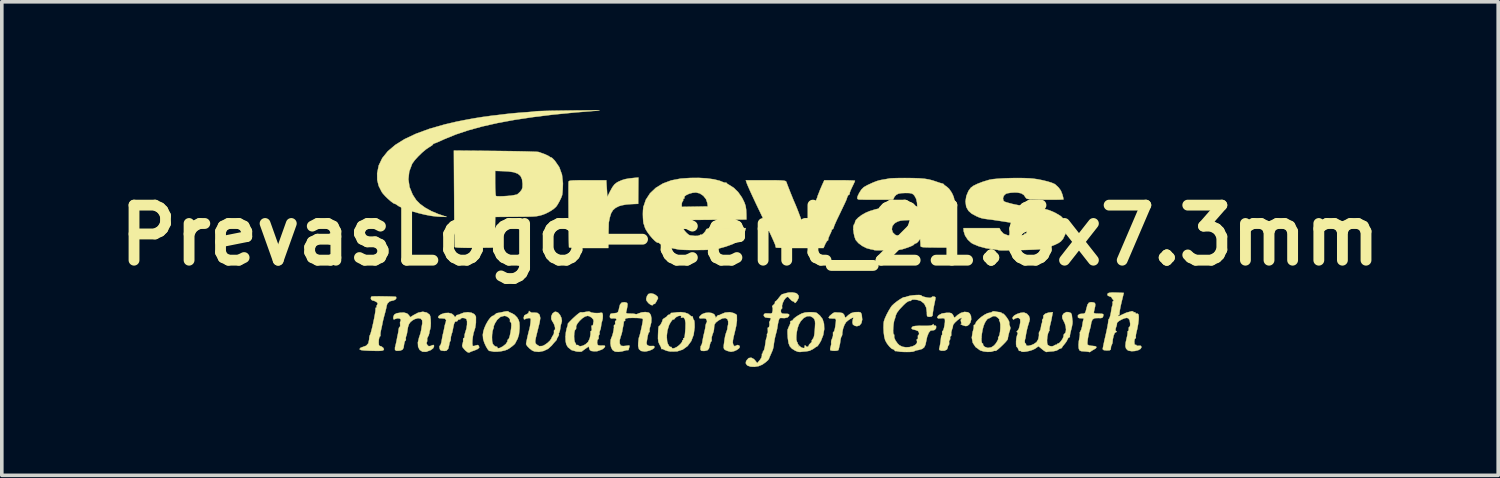
<source format=kicad_pcb>
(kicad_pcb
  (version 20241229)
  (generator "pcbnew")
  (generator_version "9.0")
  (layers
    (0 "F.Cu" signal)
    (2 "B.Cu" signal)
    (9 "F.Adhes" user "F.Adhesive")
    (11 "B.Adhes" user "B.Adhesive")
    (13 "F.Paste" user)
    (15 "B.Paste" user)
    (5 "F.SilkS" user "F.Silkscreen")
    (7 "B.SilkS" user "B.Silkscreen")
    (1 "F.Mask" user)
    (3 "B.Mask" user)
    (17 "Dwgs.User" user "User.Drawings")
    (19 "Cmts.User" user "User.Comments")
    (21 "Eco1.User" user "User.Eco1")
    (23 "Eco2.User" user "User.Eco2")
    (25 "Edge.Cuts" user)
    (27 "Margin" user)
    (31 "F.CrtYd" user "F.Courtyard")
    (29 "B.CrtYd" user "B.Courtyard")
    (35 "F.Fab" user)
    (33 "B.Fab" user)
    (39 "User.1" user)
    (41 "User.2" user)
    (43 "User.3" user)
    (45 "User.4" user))
  (footprint "PrevasLogo-cent_21.6x7.3mm"
    (layer "F.Cu")
    (at 17.715 3.464)
    (property "Reference" "PrevasLogo-cent_21.6x7.3mm" (at 0 0 0) (layer "F.SilkS") (effects (font (size 1.524 1.524) (thickness 0.3))))
    (attr through_hole)
    (fp_poly (pts (xy -2.673 1.623) (xy -2.607 1.658) (xy -2.559 1.701) (xy -2.546 1.741) (xy -2.547 1.744) (xy -2.597 1.842) (xy -2.631 1.894) (xy -2.655 1.903) (xy -2.657 1.902) (xy -2.68 1.906) (xy -2.681 1.913) (xy -2.699 1.938) (xy -2.743 1.928) (xy -2.799 1.889) (xy -2.818 1.87) (xy -2.864 1.812) (xy -2.876 1.764) (xy -2.858 1.7) (xy -2.851 1.681) (xy -2.815 1.626) (xy -2.75 1.609) (xy -2.738 1.609) (xy -2.673 1.623)) (stroke (width 0.01) (type solid)) (fill yes) (layer "F.SilkS"))
    (fp_poly (pts (xy -3.093 -1.235) (xy -3.096 -0.871) (xy -3.305 -0.862) (xy -3.427 -0.852) (xy -3.544 -0.831) (xy -3.627 -0.807) (xy -3.725 -0.757) (xy -3.795 -0.695) (xy -3.846 -0.61) (xy -3.883 -0.49) (xy -3.91 -0.353) (xy -3.912 -0.315) (xy -3.914 -0.233) (xy -3.917 -0.118) (xy -3.919 0.014) (xy -3.923 0.353) (xy -4.462 0.353) (xy -4.63 0.352) (xy -4.778 0.35) (xy -4.897 0.346) (xy -4.977 0.341) (xy -5.011 0.336) (xy -5.011 0.336) (xy -5.013 0.306) (xy -5.015 0.227) (xy -5.017 0.108) (xy -5.019 -0.042) (xy -5.021 -0.218) (xy -5.023 -0.409) (xy -5.024 -0.608) (xy -5.025 -0.807) (xy -5.026 -0.998) (xy -5.026 -1.173) (xy -5.026 -1.324) (xy -5.025 -1.442) (xy -5.024 -1.475) (xy -5.02 -1.492) (xy -5.002 -1.505) (xy -4.964 -1.514) (xy -4.898 -1.519) (xy -4.797 -1.522) (xy -4.652 -1.524) (xy -4.501 -1.524) (xy -3.979 -1.524) (xy -3.975 -1.446) (xy -3.97 -1.365) (xy -3.966 -1.312) (xy -3.961 -1.244) (xy -3.956 -1.16) (xy -3.956 -1.159) (xy -3.951 -1.061) (xy -3.876 -1.213) (xy -3.811 -1.331) (xy -3.751 -1.41) (xy -3.683 -1.463) (xy -3.64 -1.486) (xy -3.545 -1.527) (xy -3.456 -1.554) (xy -3.352 -1.573) (xy -3.213 -1.588) (xy -3.203 -1.589) (xy -3.09 -1.599) (xy -3.093 -1.235)) (stroke (width 0.01) (type solid)) (fill yes) (layer "F.SilkS"))
    (fp_poly (pts (xy 9.505 1.858) (xy 9.542 1.872) (xy 9.559 1.904) (xy 9.555 1.965) (xy 9.533 2.066) (xy 9.526 2.092) (xy 9.518 2.137) (xy 9.532 2.159) (xy 9.582 2.167) (xy 9.639 2.169) (xy 9.728 2.172) (xy 9.773 2.18) (xy 9.785 2.202) (xy 9.777 2.243) (xy 9.776 2.245) (xy 9.757 2.28) (xy 9.715 2.293) (xy 9.642 2.291) (xy 9.541 2.295) (xy 9.481 2.333) (xy 9.449 2.413) (xy 9.444 2.444) (xy 9.432 2.519) (xy 9.419 2.568) (xy 9.393 2.661) (xy 9.369 2.769) (xy 9.351 2.875) (xy 9.341 2.964) (xy 9.342 3.018) (xy 9.345 3.025) (xy 9.386 3.049) (xy 9.458 3.062) (xy 9.475 3.062) (xy 9.56 3.071) (xy 9.593 3.094) (xy 9.574 3.129) (xy 9.525 3.16) (xy 9.462 3.196) (xy 9.425 3.223) (xy 9.424 3.225) (xy 9.398 3.236) (xy 9.395 3.233) (xy 9.362 3.225) (xy 9.292 3.217) (xy 9.249 3.214) (xy 9.168 3.207) (xy 9.126 3.189) (xy 9.106 3.149) (xy 9.099 3.115) (xy 9.095 3.033) (xy 9.104 2.928) (xy 9.114 2.877) (xy 9.129 2.792) (xy 9.134 2.732) (xy 9.131 2.715) (xy 9.132 2.684) (xy 9.143 2.669) (xy 9.17 2.612) (xy 9.195 2.521) (xy 9.212 2.416) (xy 9.212 2.412) (xy 9.226 2.349) (xy 9.238 2.323) (xy 9.23 2.301) (xy 9.173 2.297) (xy 9.11 2.293) (xy 9.079 2.273) (xy 9.078 2.215) (xy 9.127 2.18) (xy 9.187 2.173) (xy 9.241 2.17) (xy 9.273 2.151) (xy 9.295 2.104) (xy 9.316 2.019) (xy 9.344 1.92) (xy 9.382 1.867) (xy 9.439 1.851) (xy 9.505 1.858)) (stroke (width 0.01) (type solid)) (fill yes) (layer "F.SilkS"))
    (fp_poly (pts (xy 3.063 2.138) (xy 3.084 2.173) (xy 3.094 2.211) (xy 3.106 2.333) (xy 3.085 2.43) (xy 3.035 2.494) (xy 2.961 2.517) (xy 2.906 2.507) (xy 2.85 2.473) (xy 2.836 2.414) (xy 2.836 2.403) (xy 2.846 2.333) (xy 2.86 2.293) (xy 2.858 2.278) (xy 2.824 2.289) (xy 2.772 2.318) (xy 2.714 2.358) (xy 2.664 2.401) (xy 2.66 2.405) (xy 2.614 2.48) (xy 2.576 2.585) (xy 2.555 2.693) (xy 2.554 2.738) (xy 2.544 2.785) (xy 2.535 2.795) (xy 2.519 2.83) (xy 2.504 2.899) (xy 2.501 2.922) (xy 2.492 2.992) (xy 2.485 3.031) (xy 2.483 3.034) (xy 2.476 3.058) (xy 2.467 3.103) (xy 2.454 3.159) (xy 2.444 3.181) (xy 2.405 3.194) (xy 2.34 3.199) (xy 2.272 3.195) (xy 2.227 3.183) (xy 2.22 3.177) (xy 2.221 3.129) (xy 2.235 3.078) (xy 2.249 3.013) (xy 2.246 2.973) (xy 2.248 2.924) (xy 2.273 2.858) (xy 2.297 2.787) (xy 2.298 2.731) (xy 2.297 2.69) (xy 2.31 2.681) (xy 2.329 2.656) (xy 2.348 2.591) (xy 2.359 2.533) (xy 2.375 2.419) (xy 2.38 2.35) (xy 2.368 2.315) (xy 2.338 2.303) (xy 2.283 2.303) (xy 2.278 2.303) (xy 2.201 2.299) (xy 2.176 2.277) (xy 2.202 2.237) (xy 2.214 2.225) (xy 2.285 2.165) (xy 2.331 2.138) (xy 2.364 2.134) (xy 2.415 2.138) (xy 2.49 2.141) (xy 2.492 2.141) (xy 2.565 2.155) (xy 2.605 2.199) (xy 2.612 2.217) (xy 2.639 2.288) (xy 2.722 2.21) (xy 2.8 2.155) (xy 2.892 2.13) (xy 2.939 2.127) (xy 3.02 2.126) (xy 3.063 2.138)) (stroke (width 0.01) (type solid)) (fill yes) (layer "F.SilkS"))
    (fp_poly (pts (xy 6.029 2.13) (xy 6.078 2.159) (xy 6.117 2.233) (xy 6.124 2.329) (xy 6.099 2.421) (xy 6.061 2.474) (xy 6.011 2.509) (xy 5.963 2.513) (xy 5.898 2.494) (xy 5.845 2.471) (xy 5.83 2.458) (xy 5.836 2.457) (xy 5.858 2.442) (xy 5.844 2.403) (xy 5.833 2.344) (xy 5.849 2.319) (xy 5.867 2.291) (xy 5.849 2.286) (xy 5.806 2.304) (xy 5.746 2.349) (xy 5.684 2.405) (xy 5.637 2.458) (xy 5.62 2.494) (xy 5.614 2.541) (xy 5.591 2.609) (xy 5.591 2.61) (xy 5.57 2.685) (xy 5.57 2.744) (xy 5.568 2.785) (xy 5.554 2.794) (xy 5.537 2.815) (xy 5.541 2.835) (xy 5.54 2.882) (xy 5.528 2.895) (xy 5.51 2.934) (xy 5.512 2.966) (xy 5.513 3.018) (xy 5.501 3.036) (xy 5.479 3.074) (xy 5.475 3.105) (xy 5.451 3.162) (xy 5.385 3.194) (xy 5.3 3.196) (xy 5.248 3.178) (xy 5.235 3.152) (xy 5.252 3.083) (xy 5.27 2.985) (xy 5.283 2.887) (xy 5.287 2.843) (xy 5.296 2.787) (xy 5.311 2.766) (xy 5.322 2.743) (xy 5.32 2.709) (xy 5.32 2.664) (xy 5.332 2.653) (xy 5.35 2.628) (xy 5.37 2.565) (xy 5.386 2.484) (xy 5.397 2.403) (xy 5.397 2.341) (xy 5.396 2.334) (xy 5.377 2.3) (xy 5.33 2.294) (xy 5.291 2.298) (xy 5.212 2.302) (xy 5.182 2.28) (xy 5.202 2.237) (xy 5.229 2.21) (xy 5.314 2.165) (xy 5.438 2.147) (xy 5.526 2.147) (xy 5.577 2.159) (xy 5.609 2.19) (xy 5.622 2.213) (xy 5.66 2.286) (xy 5.746 2.208) (xy 5.838 2.149) (xy 5.938 2.121) (xy 6.029 2.13)) (stroke (width 0.01) (type solid)) (fill yes) (layer "F.SilkS"))
    (fp_poly (pts (xy -10.139 1.691) (xy -10.018 1.693) (xy -9.912 1.696) (xy -9.835 1.7) (xy -9.801 1.705) (xy -9.8 1.705) (xy -9.793 1.743) (xy -9.823 1.783) (xy -9.874 1.805) (xy -9.886 1.806) (xy -9.978 1.829) (xy -10.041 1.892) (xy -10.059 1.948) (xy -10.072 2.014) (xy -10.095 2.109) (xy -10.112 2.173) (xy -10.14 2.276) (xy -10.163 2.371) (xy -10.172 2.413) (xy -10.188 2.496) (xy -10.21 2.596) (xy -10.216 2.619) (xy -10.231 2.699) (xy -10.234 2.754) (xy -10.231 2.765) (xy -10.237 2.795) (xy -10.246 2.799) (xy -10.265 2.829) (xy -10.277 2.892) (xy -10.281 2.965) (xy -10.277 3.028) (xy -10.262 3.061) (xy -10.259 3.062) (xy -10.201 3.08) (xy -10.153 3.118) (xy -10.136 3.158) (xy -10.137 3.161) (xy -10.149 3.18) (xy -10.179 3.192) (xy -10.234 3.199) (xy -10.323 3.201) (xy -10.454 3.198) (xy -10.562 3.195) (xy -10.689 3.188) (xy -10.768 3.178) (xy -10.804 3.161) (xy -10.809 3.149) (xy -10.785 3.117) (xy -10.732 3.096) (xy -10.627 3.058) (xy -10.568 2.992) (xy -10.546 2.892) (xy -10.539 2.817) (xy -10.527 2.771) (xy -10.524 2.766) (xy -10.508 2.731) (xy -10.486 2.654) (xy -10.459 2.548) (xy -10.432 2.426) (xy -10.406 2.302) (xy -10.385 2.189) (xy -10.371 2.101) (xy -10.367 2.05) (xy -10.368 2.045) (xy -10.366 2.009) (xy -10.352 2.004) (xy -10.334 1.992) (xy -10.338 1.985) (xy -10.339 1.952) (xy -10.323 1.926) (xy -10.306 1.887) (xy -10.336 1.85) (xy -10.343 1.846) (xy -10.407 1.814) (xy -10.448 1.806) (xy -10.484 1.786) (xy -10.499 1.744) (xy -10.489 1.704) (xy -10.463 1.692) (xy -10.375 1.69) (xy -10.262 1.689) (xy -10.139 1.691)) (stroke (width 0.01) (type solid)) (fill yes) (layer "F.SilkS"))
    (fp_poly (pts (xy -7.056 -2.335) (xy -6.805 -2.332) (xy -6.571 -2.329) (xy -6.359 -2.325) (xy -6.176 -2.321) (xy -6.028 -2.316) (xy -5.922 -2.312) (xy -5.864 -2.308) (xy -5.856 -2.306) (xy -5.7 -2.252) (xy -5.592 -2.204) (xy -5.549 -2.176) (xy -5.513 -2.153) (xy -5.503 -2.156) (xy -5.487 -2.147) (xy -5.443 -2.105) (xy -5.403 -2.063) (xy -5.281 -1.886) (xy -5.206 -1.679) (xy -5.18 -1.444) (xy -5.181 -1.397) (xy -5.185 -1.282) (xy -5.192 -1.183) (xy -5.2 -1.118) (xy -5.202 -1.111) (xy -5.229 -1.037) (xy -5.276 -0.941) (xy -5.328 -0.849) (xy -5.369 -0.79) (xy -5.441 -0.726) (xy -5.546 -0.658) (xy -5.663 -0.598) (xy -5.761 -0.562) (xy -5.816 -0.547) (xy -5.866 -0.536) (xy -5.92 -0.527) (xy -5.987 -0.521) (xy -6.075 -0.517) (xy -6.194 -0.515) (xy -6.352 -0.513) (xy -6.54 -0.512) (xy -7.054 -0.508) (xy -7.062 -0.083) (xy -7.07 0.341) (xy -7.617 0.347) (xy -7.82 0.348) (xy -7.981 0.345) (xy -8.096 0.34) (xy -8.161 0.331) (xy -8.174 0.325) (xy -8.176 0.291) (xy -8.178 0.207) (xy -8.181 0.079) (xy -8.183 -0.09) (xy -8.186 -0.292) (xy -8.188 -0.522) (xy -8.19 -0.775) (xy -8.191 -1.025) (xy -8.194 -1.446) (xy -7.056 -1.446) (xy -7.054 -1.314) (xy -7.049 -1.202) (xy -7.043 -1.123) (xy -7.034 -1.088) (xy -6.999 -1.081) (xy -6.923 -1.079) (xy -6.823 -1.082) (xy -6.715 -1.089) (xy -6.614 -1.098) (xy -6.536 -1.111) (xy -6.533 -1.112) (xy -6.478 -1.123) (xy -6.457 -1.127) (xy -6.426 -1.147) (xy -6.376 -1.194) (xy -6.364 -1.206) (xy -6.32 -1.263) (xy -6.3 -1.325) (xy -6.297 -1.415) (xy -6.298 -1.436) (xy -6.313 -1.555) (xy -6.355 -1.643) (xy -6.428 -1.705) (xy -6.539 -1.746) (xy -6.695 -1.768) (xy -6.823 -1.775) (xy -7.056 -1.783) (xy -7.056 -1.446) (xy -8.194 -1.446) (xy -8.199 -2.346) (xy -7.056 -2.335)) (stroke (width 0.01) (type solid)) (fill yes) (layer "F.SilkS"))
    (fp_poly (pts (xy -6.099 2.113) (xy -6.05 2.14) (xy -5.975 2.14) (xy -5.883 2.15) (xy -5.826 2.201) (xy -5.807 2.292) (xy -5.825 2.413) (xy -5.838 2.465) (xy -5.861 2.556) (xy -5.889 2.669) (xy -5.901 2.717) (xy -5.93 2.835) (xy -5.944 2.912) (xy -5.946 2.96) (xy -5.935 2.992) (xy -5.912 3.021) (xy -5.836 3.07) (xy -5.747 3.065) (xy -5.695 3.041) (xy -5.608 2.982) (xy -5.538 2.916) (xy -5.5 2.858) (xy -5.498 2.851) (xy -5.472 2.795) (xy -5.452 2.769) (xy -5.426 2.71) (xy -5.428 2.677) (xy -5.427 2.634) (xy -5.412 2.625) (xy -5.396 2.602) (xy -5.399 2.548) (xy -5.419 2.479) (xy -5.45 2.415) (xy -5.468 2.391) (xy -5.503 2.319) (xy -5.501 2.239) (xy -5.469 2.167) (xy -5.412 2.123) (xy -5.376 2.117) (xy -5.315 2.142) (xy -5.261 2.205) (xy -5.222 2.288) (xy -5.208 2.373) (xy -5.222 2.43) (xy -5.239 2.484) (xy -5.252 2.562) (xy -5.252 2.568) (xy -5.265 2.645) (xy -5.285 2.7) (xy -5.287 2.702) (xy -5.299 2.733) (xy -5.292 2.738) (xy -5.29 2.758) (xy -5.316 2.806) (xy -5.317 2.808) (xy -5.345 2.857) (xy -5.349 2.879) (xy -5.349 2.879) (xy -5.354 2.895) (xy -5.383 2.928) (xy -5.437 2.987) (xy -5.49 3.052) (xy -5.589 3.142) (xy -5.713 3.202) (xy -5.844 3.228) (xy -5.968 3.216) (xy -6.035 3.187) (xy -6.107 3.131) (xy -6.168 3.068) (xy -6.199 3.016) (xy -6.2 3.013) (xy -6.196 2.978) (xy -6.181 2.904) (xy -6.16 2.806) (xy -6.135 2.7) (xy -6.11 2.603) (xy -6.104 2.582) (xy -6.091 2.518) (xy -6.078 2.43) (xy -6.076 2.407) (xy -6.07 2.333) (xy -6.08 2.3) (xy -6.113 2.292) (xy -6.129 2.293) (xy -6.196 2.306) (xy -6.23 2.323) (xy -6.257 2.328) (xy -6.265 2.286) (xy -6.265 2.278) (xy -6.248 2.218) (xy -6.195 2.19) (xy -6.139 2.159) (xy -6.124 2.123) (xy -6.118 2.092) (xy -6.099 2.113)) (stroke (width 0.01) (type solid)) (fill yes) (layer "F.SilkS"))
    (fp_poly (pts (xy -6.698 2.106) (xy -6.689 2.114) (xy -6.654 2.135) (xy -6.591 2.16) (xy -6.591 2.16) (xy -6.52 2.202) (xy -6.453 2.27) (xy -6.441 2.286) (xy -6.405 2.35) (xy -6.386 2.417) (xy -6.38 2.508) (xy -6.381 2.582) (xy -6.397 2.743) (xy -6.433 2.86) (xy -6.439 2.872) (xy -6.474 2.937) (xy -6.495 2.981) (xy -6.497 2.985) (xy -6.525 3.021) (xy -6.585 3.072) (xy -6.658 3.126) (xy -6.717 3.162) (xy -6.794 3.19) (xy -6.899 3.212) (xy -7.008 3.223) (xy -7.098 3.222) (xy -7.131 3.215) (xy -7.182 3.204) (xy -7.2 3.206) (xy -7.23 3.194) (xy -7.271 3.143) (xy -7.315 3.066) (xy -7.355 2.978) (xy -7.383 2.892) (xy -7.39 2.861) (xy -7.392 2.826) (xy -7.144 2.826) (xy -7.14 2.933) (xy -7.124 3.001) (xy -7.092 3.047) (xy -7.089 3.049) (xy -7.043 3.082) (xy -7.016 3.084) (xy -7 3.088) (xy -6.999 3.1) (xy -6.98 3.13) (xy -6.923 3.118) (xy -6.843 3.076) (xy -6.762 3.011) (xy -6.717 2.943) (xy -6.712 2.9) (xy -6.696 2.879) (xy -6.691 2.879) (xy -6.672 2.853) (xy -6.651 2.786) (xy -6.631 2.693) (xy -6.615 2.589) (xy -6.607 2.491) (xy -6.612 2.428) (xy -6.631 2.399) (xy -6.633 2.399) (xy -6.65 2.381) (xy -6.645 2.369) (xy -6.646 2.325) (xy -6.685 2.278) (xy -6.745 2.241) (xy -6.8 2.23) (xy -6.906 2.257) (xy -6.999 2.338) (xy -7.057 2.429) (xy -7.087 2.495) (xy -7.1 2.535) (xy -7.097 2.54) (xy -7.097 2.561) (xy -7.112 2.597) (xy -7.129 2.656) (xy -7.141 2.748) (xy -7.144 2.826) (xy -7.392 2.826) (xy -7.398 2.756) (xy -7.382 2.656) (xy -7.353 2.565) (xy -7.306 2.46) (xy -7.249 2.361) (xy -7.189 2.282) (xy -7.136 2.236) (xy -7.115 2.23) (xy -7.076 2.209) (xy -7.064 2.194) (xy -7.018 2.159) (xy -6.999 2.154) (xy -6.942 2.144) (xy -6.872 2.13) (xy -6.778 2.11) (xy -6.724 2.103) (xy -6.698 2.106)) (stroke (width 0.01) (type solid)) (fill yes) (layer "F.SilkS"))
    (fp_poly (pts (xy -8.948 2.14) (xy -8.868 2.201) (xy -8.852 2.249) (xy -8.842 2.333) (xy -8.838 2.432) (xy -8.842 2.527) (xy -8.854 2.597) (xy -8.859 2.611) (xy -8.873 2.66) (xy -8.878 2.701) (xy -8.897 2.772) (xy -8.917 2.807) (xy -8.94 2.86) (xy -8.938 2.889) (xy -8.939 2.94) (xy -8.949 2.954) (xy -8.955 2.997) (xy -8.936 3.034) (xy -8.899 3.07) (xy -8.853 3.067) (xy -8.823 3.055) (xy -8.77 3.035) (xy -8.751 3.048) (xy -8.749 3.076) (xy -8.775 3.13) (xy -8.841 3.179) (xy -8.966 3.226) (xy -9.066 3.224) (xy -9.145 3.174) (xy -9.189 3.087) (xy -9.196 2.969) (xy -9.163 2.831) (xy -9.153 2.803) (xy -9.122 2.708) (xy -9.103 2.62) (xy -9.088 2.522) (xy -9.073 2.437) (xy -9.077 2.354) (xy -9.12 2.306) (xy -9.192 2.294) (xy -9.286 2.322) (xy -9.342 2.354) (xy -9.401 2.401) (xy -9.441 2.458) (xy -9.469 2.54) (xy -9.49 2.66) (xy -9.496 2.709) (xy -9.512 2.772) (xy -9.523 2.8) (xy -9.533 2.854) (xy -9.527 2.875) (xy -9.531 2.907) (xy -9.54 2.912) (xy -9.561 2.944) (xy -9.576 3.009) (xy -9.578 3.023) (xy -9.592 3.114) (xy -9.62 3.165) (xy -9.673 3.189) (xy -9.707 3.195) (xy -9.791 3.199) (xy -9.829 3.173) (xy -9.83 3.11) (xy -9.819 3.068) (xy -9.797 2.975) (xy -9.78 2.891) (xy -9.779 2.886) (xy -9.763 2.797) (xy -9.749 2.738) (xy -9.734 2.655) (xy -9.728 2.603) (xy -9.716 2.554) (xy -9.7 2.54) (xy -9.685 2.517) (xy -9.687 2.469) (xy -9.69 2.41) (xy -9.678 2.383) (xy -9.666 2.349) (xy -9.67 2.327) (xy -9.707 2.301) (xy -9.771 2.3) (xy -9.841 2.323) (xy -9.849 2.328) (xy -9.871 2.324) (xy -9.877 2.286) (xy -9.868 2.235) (xy -9.844 2.193) (xy -9.842 2.191) (xy -9.782 2.159) (xy -9.678 2.143) (xy -9.584 2.139) (xy -9.494 2.165) (xy -9.453 2.203) (xy -9.404 2.268) (xy -9.323 2.214) (xy -9.186 2.142) (xy -9.058 2.117) (xy -8.948 2.14)) (stroke (width 0.01) (type solid)) (fill yes) (layer "F.SilkS"))
    (fp_poly (pts (xy -4.268 -3.459) (xy -4.192 -3.458) (xy -4.164 -3.456) (xy -4.177 -3.454) (xy -4.84 -3.401) (xy -5.451 -3.341) (xy -6.01 -3.272) (xy -6.522 -3.195) (xy -6.989 -3.109) (xy -7.413 -3.013) (xy -7.798 -2.907) (xy -8.146 -2.791) (xy -8.46 -2.663) (xy -8.519 -2.636) (xy -8.618 -2.591) (xy -8.699 -2.558) (xy -8.746 -2.541) (xy -8.751 -2.54) (xy -8.777 -2.522) (xy -8.777 -2.518) (xy -8.8 -2.492) (xy -8.856 -2.455) (xy -8.88 -2.441) (xy -8.972 -2.379) (xy -9.079 -2.289) (xy -9.186 -2.185) (xy -9.281 -2.081) (xy -9.346 -1.992) (xy -9.356 -1.975) (xy -9.435 -1.765) (xy -9.458 -1.551) (xy -9.427 -1.337) (xy -9.341 -1.127) (xy -9.242 -0.975) (xy -9.138 -0.869) (xy -8.994 -0.764) (xy -8.823 -0.669) (xy -8.64 -0.592) (xy -8.624 -0.586) (xy -8.396 -0.509) (xy -8.537 -0.512) (xy -8.653 -0.518) (xy -8.782 -0.532) (xy -8.834 -0.539) (xy -8.996 -0.57) (xy -9.168 -0.611) (xy -9.339 -0.659) (xy -9.496 -0.71) (xy -9.63 -0.76) (xy -9.726 -0.806) (xy -9.765 -0.833) (xy -9.81 -0.864) (xy -9.831 -0.87) (xy -9.874 -0.888) (xy -9.941 -0.938) (xy -10.021 -1.007) (xy -10.1 -1.084) (xy -10.166 -1.158) (xy -10.196 -1.199) (xy -10.28 -1.365) (xy -10.321 -1.531) (xy -10.323 -1.718) (xy -10.279 -1.934) (xy -10.181 -2.137) (xy -10.028 -2.327) (xy -9.821 -2.502) (xy -9.56 -2.665) (xy -9.244 -2.813) (xy -8.875 -2.948) (xy -8.452 -3.069) (xy -8.128 -3.145) (xy -7.901 -3.19) (xy -7.656 -3.235) (xy -7.415 -3.274) (xy -7.198 -3.304) (xy -7.112 -3.315) (xy -7.018 -3.325) (xy -6.895 -3.34) (xy -6.773 -3.355) (xy -6.646 -3.369) (xy -6.489 -3.384) (xy -6.331 -3.397) (xy -6.279 -3.401) (xy -6.151 -3.41) (xy -6.037 -3.42) (xy -5.954 -3.429) (xy -5.927 -3.433) (xy -5.882 -3.436) (xy -5.788 -3.44) (xy -5.652 -3.444) (xy -5.482 -3.448) (xy -5.285 -3.451) (xy -5.068 -3.454) (xy -4.939 -3.456) (xy -4.726 -3.458) (xy -4.54 -3.459) (xy -4.385 -3.459) (xy -4.268 -3.459)) (stroke (width 0.01) (type solid)) (fill yes) (layer "F.SilkS"))
    (fp_poly (pts (xy 6.781 2.108) (xy 6.863 2.123) (xy 6.907 2.127) (xy 6.957 2.14) (xy 6.971 2.157) (xy 6.984 2.168) (xy 6.989 2.165) (xy 7.015 2.172) (xy 7.058 2.214) (xy 7.107 2.275) (xy 7.149 2.34) (xy 7.175 2.394) (xy 7.177 2.418) (xy 7.178 2.473) (xy 7.187 2.491) (xy 7.21 2.565) (xy 7.192 2.639) (xy 7.175 2.685) (xy 7.156 2.759) (xy 7.141 2.832) (xy 7.137 2.871) (xy 7.119 2.903) (xy 7.072 2.959) (xy 7.006 3.027) (xy 6.934 3.096) (xy 6.867 3.155) (xy 6.817 3.193) (xy 6.797 3.2) (xy 6.754 3.199) (xy 6.741 3.206) (xy 6.674 3.225) (xy 6.576 3.228) (xy 6.471 3.216) (xy 6.383 3.191) (xy 6.37 3.185) (xy 6.244 3.093) (xy 6.167 2.976) (xy 6.157 2.925) (xy 6.408 2.925) (xy 6.42 2.979) (xy 6.435 2.992) (xy 6.454 3.008) (xy 6.45 3.018) (xy 6.458 3.051) (xy 6.498 3.089) (xy 6.585 3.119) (xy 6.682 3.101) (xy 6.755 3.053) (xy 6.797 3.006) (xy 6.837 2.946) (xy 6.866 2.89) (xy 6.875 2.855) (xy 6.869 2.85) (xy 6.869 2.833) (xy 6.884 2.81) (xy 6.907 2.757) (xy 6.923 2.669) (xy 6.931 2.567) (xy 6.931 2.471) (xy 6.92 2.4) (xy 6.911 2.381) (xy 6.895 2.349) (xy 6.902 2.342) (xy 6.901 2.326) (xy 6.866 2.288) (xy 6.865 2.286) (xy 6.794 2.238) (xy 6.727 2.239) (xy 6.674 2.269) (xy 6.619 2.299) (xy 6.59 2.307) (xy 6.562 2.33) (xy 6.521 2.389) (xy 6.494 2.438) (xy 6.463 2.519) (xy 6.437 2.621) (xy 6.418 2.732) (xy 6.408 2.838) (xy 6.408 2.925) (xy 6.157 2.925) (xy 6.14 2.834) (xy 6.165 2.671) (xy 6.174 2.644) (xy 6.193 2.57) (xy 6.196 2.517) (xy 6.194 2.51) (xy 6.198 2.485) (xy 6.207 2.484) (xy 6.236 2.463) (xy 6.237 2.456) (xy 6.26 2.402) (xy 6.319 2.334) (xy 6.401 2.263) (xy 6.491 2.201) (xy 6.575 2.158) (xy 6.63 2.145) (xy 6.684 2.133) (xy 6.702 2.118) (xy 6.738 2.104) (xy 6.781 2.108)) (stroke (width 0.01) (type solid)) (fill yes) (layer "F.SilkS"))
    (fp_poly (pts (xy -1.802 2.142) (xy -1.71 2.175) (xy -1.656 2.22) (xy -1.623 2.246) (xy -1.607 2.243) (xy -1.586 2.252) (xy -1.58 2.284) (xy -1.57 2.331) (xy -1.555 2.342) (xy -1.543 2.368) (xy -1.536 2.437) (xy -1.534 2.533) (xy -1.534 2.548) (xy -1.561 2.754) (xy -1.627 2.928) (xy -1.728 3.066) (xy -1.861 3.163) (xy -2.02 3.215) (xy -2.202 3.218) (xy -2.205 3.218) (xy -2.293 3.201) (xy -2.361 3.177) (xy -2.377 3.167) (xy -2.419 3.147) (xy -2.437 3.152) (xy -2.454 3.148) (xy -2.455 3.135) (xy -2.47 3.087) (xy -2.505 3.024) (xy -2.536 2.954) (xy -2.548 2.858) (xy -2.547 2.798) (xy -2.306 2.798) (xy -2.295 2.938) (xy -2.276 3.001) (xy -2.242 3.063) (xy -2.211 3.092) (xy -2.202 3.091) (xy -2.175 3.092) (xy -2.173 3.103) (xy -2.153 3.131) (xy -2.102 3.128) (xy -2.032 3.096) (xy -1.963 3.045) (xy -1.907 2.989) (xy -1.879 2.945) (xy -1.879 2.932) (xy -1.873 2.909) (xy -1.863 2.907) (xy -1.844 2.89) (xy -1.849 2.879) (xy -1.849 2.853) (xy -1.841 2.85) (xy -1.825 2.846) (xy -1.814 2.827) (xy -1.806 2.783) (xy -1.798 2.703) (xy -1.788 2.578) (xy -1.785 2.429) (xy -1.802 2.328) (xy -1.836 2.278) (xy -1.882 2.278) (xy -1.913 2.281) (xy -1.908 2.263) (xy -1.906 2.234) (xy -1.939 2.227) (xy -1.989 2.237) (xy -2.041 2.263) (xy -2.073 2.292) (xy -2.104 2.33) (xy -2.117 2.333) (xy -2.129 2.324) (xy -2.159 2.353) (xy -2.197 2.406) (xy -2.233 2.471) (xy -2.244 2.495) (xy -2.289 2.643) (xy -2.306 2.798) (xy -2.547 2.798) (xy -2.547 2.773) (xy -2.542 2.65) (xy -2.536 2.572) (xy -2.53 2.531) (xy -2.52 2.514) (xy -2.512 2.512) (xy -2.488 2.489) (xy -2.457 2.438) (xy -2.43 2.38) (xy -2.421 2.341) (xy -2.421 2.339) (xy -2.402 2.315) (xy -2.355 2.285) (xy -2.305 2.251) (xy -2.286 2.225) (xy -2.263 2.204) (xy -2.244 2.201) (xy -2.206 2.186) (xy -2.201 2.173) (xy -2.186 2.149) (xy -2.18 2.15) (xy -2.142 2.148) (xy -2.069 2.139) (xy -2.027 2.133) (xy -1.913 2.127) (xy -1.802 2.142)) (stroke (width 0.01) (type solid)) (fill yes) (layer "F.SilkS"))
    (fp_poly (pts (xy -0.457 2.153) (xy -0.396 2.183) (xy -0.366 2.208) (xy -0.365 2.211) (xy -0.364 2.251) (xy -0.363 2.366) (xy -0.385 2.519) (xy -0.42 2.672) (xy -0.454 2.81) (xy -0.473 2.907) (xy -0.477 2.973) (xy -0.467 3.02) (xy -0.452 3.048) (xy -0.421 3.074) (xy -0.393 3.057) (xy -0.344 3.037) (xy -0.299 3.053) (xy -0.282 3.091) (xy -0.307 3.132) (xy -0.367 3.175) (xy -0.443 3.209) (xy -0.517 3.224) (xy -0.536 3.224) (xy -0.619 3.203) (xy -0.673 3.182) (xy -0.713 3.155) (xy -0.729 3.115) (xy -0.726 3.043) (xy -0.723 3.021) (xy -0.705 2.886) (xy -0.688 2.79) (xy -0.667 2.714) (xy -0.652 2.673) (xy -0.631 2.611) (xy -0.625 2.574) (xy -0.622 2.54) (xy -0.605 2.464) (xy -0.605 2.384) (xy -0.622 2.328) (xy -0.623 2.326) (xy -0.682 2.29) (xy -0.763 2.3) (xy -0.871 2.357) (xy -0.875 2.36) (xy -0.95 2.419) (xy -0.985 2.476) (xy -0.992 2.523) (xy -0.998 2.605) (xy -1.009 2.663) (xy -1.032 2.729) (xy -1.041 2.751) (xy -1.062 2.826) (xy -1.063 2.885) (xy -1.062 2.927) (xy -1.073 2.935) (xy -1.091 2.96) (xy -1.11 3.022) (xy -1.115 3.048) (xy -1.138 3.137) (xy -1.178 3.183) (xy -1.25 3.201) (xy -1.286 3.202) (xy -1.347 3.198) (xy -1.37 3.17) (xy -1.371 3.126) (xy -1.364 3.07) (xy -1.351 3.048) (xy -1.336 3.023) (xy -1.321 2.962) (xy -1.318 2.942) (xy -1.302 2.851) (xy -1.286 2.771) (xy -1.284 2.766) (xy -1.257 2.651) (xy -1.241 2.575) (xy -1.233 2.522) (xy -1.231 2.498) (xy -1.217 2.443) (xy -1.203 2.424) (xy -1.191 2.386) (xy -1.198 2.348) (xy -1.223 2.309) (xy -1.275 2.297) (xy -1.314 2.3) (xy -1.385 2.301) (xy -1.408 2.284) (xy -1.391 2.242) (xy -1.39 2.241) (xy -1.327 2.184) (xy -1.242 2.151) (xy -1.147 2.141) (xy -1.059 2.153) (xy -0.992 2.187) (xy -0.96 2.243) (xy -0.959 2.254) (xy -0.953 2.281) (xy -0.931 2.264) (xy -0.916 2.245) (xy -0.885 2.211) (xy -0.875 2.211) (xy -0.855 2.213) (xy -0.811 2.19) (xy -0.689 2.14) (xy -0.556 2.129) (xy -0.457 2.153)) (stroke (width 0.01) (type solid)) (fill yes) (layer "F.SilkS"))
    (fp_poly (pts (xy 1.744 2.131) (xy 1.818 2.14) (xy 1.848 2.15) (xy 1.891 2.186) (xy 1.935 2.223) (xy 2.008 2.319) (xy 2.048 2.449) (xy 2.054 2.6) (xy 2.027 2.76) (xy 1.966 2.917) (xy 1.955 2.938) (xy 1.909 3.013) (xy 1.873 3.064) (xy 1.858 3.076) (xy 1.825 3.092) (xy 1.77 3.132) (xy 1.759 3.141) (xy 1.65 3.197) (xy 1.555 3.214) (xy 1.467 3.221) (xy 1.399 3.229) (xy 1.385 3.231) (xy 1.329 3.225) (xy 1.258 3.198) (xy 1.255 3.197) (xy 1.162 3.14) (xy 1.103 3.075) (xy 1.098 3.062) (xy 1.326 3.062) (xy 1.341 3.076) (xy 1.355 3.062) (xy 1.341 3.048) (xy 1.326 3.062) (xy 1.098 3.062) (xy 1.067 2.987) (xy 1.048 2.86) (xy 1.045 2.831) (xy 1.044 2.8) (xy 1.281 2.8) (xy 1.283 2.894) (xy 1.301 2.952) (xy 1.302 2.953) (xy 1.321 2.985) (xy 1.318 2.992) (xy 1.324 3.01) (xy 1.358 3.054) (xy 1.363 3.06) (xy 1.415 3.102) (xy 1.468 3.122) (xy 1.506 3.119) (xy 1.513 3.089) (xy 1.511 3.084) (xy 1.514 3.052) (xy 1.525 3.048) (xy 1.552 3.069) (xy 1.552 3.075) (xy 1.573 3.091) (xy 1.596 3.086) (xy 1.626 3.065) (xy 1.625 3.055) (xy 1.634 3.029) (xy 1.673 2.989) (xy 1.71 2.952) (xy 1.711 2.936) (xy 1.711 2.936) (xy 1.706 2.918) (xy 1.724 2.89) (xy 1.752 2.85) (xy 1.771 2.802) (xy 1.783 2.732) (xy 1.793 2.626) (xy 1.798 2.549) (xy 1.803 2.44) (xy 1.798 2.37) (xy 1.781 2.324) (xy 1.749 2.285) (xy 1.749 2.285) (xy 1.668 2.238) (xy 1.578 2.241) (xy 1.488 2.289) (xy 1.404 2.378) (xy 1.35 2.474) (xy 1.316 2.573) (xy 1.293 2.688) (xy 1.281 2.8) (xy 1.044 2.8) (xy 1.039 2.728) (xy 1.038 2.649) (xy 1.042 2.608) (xy 1.043 2.607) (xy 1.059 2.573) (xy 1.072 2.536) (xy 1.096 2.49) (xy 1.117 2.432) (xy 1.114 2.398) (xy 1.121 2.375) (xy 1.141 2.371) (xy 1.18 2.355) (xy 1.185 2.341) (xy 1.208 2.312) (xy 1.265 2.265) (xy 1.331 2.221) (xy 1.433 2.165) (xy 1.526 2.138) (xy 1.64 2.129) (xy 1.648 2.129) (xy 1.744 2.131)) (stroke (width 0.01) (type solid)) (fill yes) (layer "F.SilkS"))
    (fp_poly (pts (xy 0.627 -1.524) (xy 0.769 -1.522) (xy 0.87 -1.518) (xy 0.937 -1.512) (xy 0.977 -1.503) (xy 0.998 -1.49) (xy 1.007 -1.475) (xy 1.033 -1.402) (xy 1.074 -1.297) (xy 1.121 -1.177) (xy 1.168 -1.061) (xy 1.207 -0.965) (xy 1.228 -0.918) (xy 1.261 -0.841) (xy 1.303 -0.738) (xy 1.348 -0.622) (xy 1.392 -0.505) (xy 1.43 -0.402) (xy 1.457 -0.324) (xy 1.468 -0.285) (xy 1.468 -0.284) (xy 1.488 -0.245) (xy 1.493 -0.242) (xy 1.513 -0.259) (xy 1.547 -0.319) (xy 1.588 -0.409) (xy 1.609 -0.459) (xy 1.662 -0.593) (xy 1.722 -0.732) (xy 1.774 -0.85) (xy 1.781 -0.864) (xy 1.822 -0.953) (xy 1.851 -1.021) (xy 1.863 -1.053) (xy 1.872 -1.088) (xy 1.896 -1.148) (xy 1.92 -1.209) (xy 1.932 -1.242) (xy 1.945 -1.273) (xy 1.974 -1.339) (xy 1.996 -1.39) (xy 2.057 -1.524) (xy 2.482 -1.524) (xy 2.63 -1.523) (xy 2.755 -1.52) (xy 2.848 -1.517) (xy 2.9 -1.512) (xy 2.907 -1.509) (xy 2.895 -1.478) (xy 2.864 -1.412) (xy 2.824 -1.329) (xy 2.784 -1.242) (xy 2.76 -1.177) (xy 2.758 -1.146) (xy 2.754 -1.13) (xy 2.746 -1.129) (xy 2.715 -1.105) (xy 2.695 -1.065) (xy 2.677 -1.01) (xy 2.67 -0.988) (xy 2.655 -0.954) (xy 2.62 -0.878) (xy 2.567 -0.767) (xy 2.501 -0.628) (xy 2.425 -0.471) (xy 2.409 -0.438) (xy 2.364 -0.339) (xy 2.33 -0.258) (xy 2.315 -0.209) (xy 2.314 -0.205) (xy 2.296 -0.172) (xy 2.286 -0.169) (xy 2.263 -0.154) (xy 2.263 -0.148) (xy 2.255 -0.113) (xy 2.226 -0.047) (xy 2.208 -0.011) (xy 2.176 0.062) (xy 2.162 0.112) (xy 2.165 0.124) (xy 2.162 0.14) (xy 2.155 0.141) (xy 2.127 0.165) (xy 2.092 0.223) (xy 2.081 0.247) (xy 2.034 0.353) (xy 1.382 0.353) (xy 1.196 0.352) (xy 1.029 0.351) (xy 0.891 0.349) (xy 0.788 0.346) (xy 0.728 0.343) (xy 0.717 0.341) (xy 0.706 0.306) (xy 0.706 0.294) (xy 0.694 0.255) (xy 0.658 0.169) (xy 0.598 0.035) (xy 0.513 -0.148) (xy 0.403 -0.379) (xy 0.269 -0.661) (xy 0.24 -0.72) (xy 0.148 -0.913) (xy 0.065 -1.091) (xy -0.005 -1.244) (xy -0.058 -1.364) (xy -0.091 -1.445) (xy -0.097 -1.463) (xy -0.117 -1.524) (xy 0.436 -1.524) (xy 0.627 -1.524)) (stroke (width 0.01) (type solid)) (fill yes) (layer "F.SilkS"))
    (fp_poly (pts (xy -7.71 2.145) (xy -7.632 2.184) (xy -7.591 2.246) (xy -7.588 2.266) (xy -7.589 2.422) (xy -7.609 2.56) (xy -7.629 2.625) (xy -7.655 2.707) (xy -7.674 2.808) (xy -7.686 2.91) (xy -7.689 2.998) (xy -7.68 3.054) (xy -7.673 3.065) (xy -7.632 3.064) (xy -7.595 3.05) (xy -7.54 3.037) (xy -7.512 3.057) (xy -7.495 3.103) (xy -7.531 3.144) (xy -7.619 3.184) (xy -7.634 3.189) (xy -7.712 3.216) (xy -7.767 3.242) (xy -7.776 3.247) (xy -7.811 3.242) (xy -7.868 3.201) (xy -7.895 3.174) (xy -7.95 3.11) (xy -7.97 3.064) (xy -7.962 3.014) (xy -7.957 3.002) (xy -7.941 2.934) (xy -7.943 2.888) (xy -7.94 2.855) (xy -7.928 2.85) (xy -7.906 2.828) (xy -7.905 2.801) (xy -7.899 2.74) (xy -7.878 2.671) (xy -7.85 2.578) (xy -7.835 2.476) (xy -7.834 2.386) (xy -7.848 2.326) (xy -7.852 2.321) (xy -7.895 2.296) (xy -7.952 2.287) (xy -8 2.296) (xy -8.015 2.316) (xy -8.032 2.333) (xy -8.044 2.328) (xy -8.076 2.334) (xy -8.089 2.355) (xy -8.114 2.385) (xy -8.129 2.384) (xy -8.164 2.389) (xy -8.194 2.449) (xy -8.219 2.56) (xy -8.225 2.596) (xy -8.243 2.681) (xy -8.262 2.737) (xy -8.282 2.813) (xy -8.285 2.864) (xy -8.291 2.917) (xy -8.303 2.936) (xy -8.319 2.972) (xy -8.331 3.04) (xy -8.332 3.049) (xy -8.356 3.142) (xy -8.406 3.195) (xy -8.465 3.202) (xy -8.534 3.193) (xy -8.553 3.191) (xy -8.58 3.169) (xy -8.596 3.121) (xy -8.598 3.072) (xy -8.579 3.048) (xy -8.577 3.048) (xy -8.562 3.023) (xy -8.544 2.959) (xy -8.536 2.914) (xy -8.521 2.829) (xy -8.509 2.767) (xy -8.506 2.752) (xy -8.49 2.688) (xy -8.472 2.603) (xy -8.457 2.529) (xy -8.455 2.512) (xy -8.438 2.449) (xy -8.426 2.42) (xy -8.413 2.349) (xy -8.447 2.308) (xy -8.526 2.299) (xy -8.536 2.299) (xy -8.61 2.295) (xy -8.636 2.269) (xy -8.612 2.228) (xy -8.55 2.186) (xy -8.45 2.154) (xy -8.346 2.149) (xy -8.257 2.171) (xy -8.199 2.218) (xy -8.196 2.224) (xy -8.17 2.266) (xy -8.152 2.258) (xy -8.147 2.245) (xy -8.121 2.21) (xy -8.108 2.207) (xy -8.068 2.2) (xy -8.029 2.182) (xy -7.921 2.141) (xy -7.811 2.129) (xy -7.71 2.145)) (stroke (width 0.01) (type solid)) (fill yes) (layer "F.SilkS"))
    (fp_poly (pts (xy -4.426 2.12) (xy -4.424 2.123) (xy -4.393 2.139) (xy -4.326 2.15) (xy -4.243 2.154) (xy -4.164 2.151) (xy -4.12 2.143) (xy -4.09 2.15) (xy -4.077 2.199) (xy -4.075 2.23) (xy -4.079 2.309) (xy -4.093 2.368) (xy -4.094 2.371) (xy -4.111 2.427) (xy -4.123 2.506) (xy -4.123 2.512) (xy -4.136 2.588) (xy -4.155 2.642) (xy -4.157 2.645) (xy -4.17 2.691) (xy -4.165 2.706) (xy -4.167 2.743) (xy -4.175 2.75) (xy -4.192 2.788) (xy -4.191 2.823) (xy -4.193 2.868) (xy -4.207 2.879) (xy -4.225 2.903) (xy -4.233 2.962) (xy -4.233 2.963) (xy -4.226 3.021) (xy -4.194 3.049) (xy -4.127 3.055) (xy -4.071 3.051) (xy -4.019 3.058) (xy -4.014 3.086) (xy -4.054 3.131) (xy -4.099 3.162) (xy -4.228 3.208) (xy -4.312 3.212) (xy -4.391 3.203) (xy -4.432 3.18) (xy -4.449 3.142) (xy -4.465 3.077) (xy -4.554 3.139) (xy -4.615 3.183) (xy -4.653 3.213) (xy -4.657 3.217) (xy -4.691 3.223) (xy -4.761 3.221) (xy -4.803 3.217) (xy -4.942 3.178) (xy -5.041 3.099) (xy -5.087 3.02) (xy -5.105 2.931) (xy -5.109 2.812) (xy -5.107 2.795) (xy -4.871 2.795) (xy -4.867 2.883) (xy -4.853 2.951) (xy -4.84 2.974) (xy -4.816 3.015) (xy -4.82 3.035) (xy -4.82 3.044) (xy -4.807 3.038) (xy -4.766 3.037) (xy -4.756 3.048) (xy -4.709 3.074) (xy -4.63 3.058) (xy -4.557 3.02) (xy -4.487 2.958) (xy -4.443 2.87) (xy -4.433 2.835) (xy -4.417 2.753) (xy -4.414 2.694) (xy -4.418 2.68) (xy -4.413 2.655) (xy -4.401 2.653) (xy -4.38 2.629) (xy -4.385 2.567) (xy -4.39 2.509) (xy -4.375 2.497) (xy -4.374 2.498) (xy -4.35 2.492) (xy -4.346 2.473) (xy -4.336 2.409) (xy -4.33 2.389) (xy -4.336 2.337) (xy -4.38 2.283) (xy -4.444 2.242) (xy -4.499 2.23) (xy -4.567 2.249) (xy -4.644 2.299) (xy -4.718 2.368) (xy -4.779 2.443) (xy -4.814 2.513) (xy -4.814 2.566) (xy -4.813 2.567) (xy -4.819 2.597) (xy -4.829 2.602) (xy -4.852 2.636) (xy -4.866 2.706) (xy -4.871 2.795) (xy -5.107 2.795) (xy -5.098 2.686) (xy -5.075 2.576) (xy -5.065 2.548) (xy -5.045 2.487) (xy -5.043 2.456) (xy -5.046 2.455) (xy -5.036 2.438) (xy -4.992 2.39) (xy -4.924 2.321) (xy -4.887 2.286) (xy -4.804 2.211) (xy -4.736 2.157) (xy -4.693 2.131) (xy -4.684 2.131) (xy -4.644 2.135) (xy -4.572 2.126) (xy -4.547 2.12) (xy -4.464 2.109) (xy -4.426 2.12)) (stroke (width 0.01) (type solid)) (fill yes) (layer "F.SilkS"))
    (fp_poly (pts (xy -1.195 -1.576) (xy -1 -1.549) (xy -0.842 -1.51) (xy -0.766 -1.479) (xy -0.707 -1.457) (xy -0.672 -1.457) (xy -0.65 -1.454) (xy -0.649 -1.448) (xy -0.626 -1.422) (xy -0.57 -1.39) (xy -0.567 -1.389) (xy -0.447 -1.312) (xy -0.329 -1.195) (xy -0.228 -1.052) (xy -0.206 -1.012) (xy -0.153 -0.903) (xy -0.122 -0.811) (xy -0.107 -0.711) (xy -0.101 -0.579) (xy -0.101 -0.579) (xy -0.099 -0.437) (xy -1.895 -0.423) (xy -1.882 -0.331) (xy -1.866 -0.248) (xy -1.847 -0.183) (xy -1.809 -0.122) (xy -1.75 -0.058) (xy -1.69 -0.01) (xy -1.657 0.003) (xy -1.607 0.008) (xy -1.532 0.017) (xy -1.527 0.017) (xy -1.45 0.016) (xy -1.395 -0.002) (xy -1.393 -0.003) (xy -1.361 -0.02) (xy -1.355 -0.013) (xy -1.337 -0.014) (xy -1.294 -0.047) (xy -1.284 -0.056) (xy -1.236 -0.112) (xy -1.214 -0.157) (xy -1.214 -0.16) (xy -1.203 -0.173) (xy -1.166 -0.183) (xy -1.098 -0.19) (xy -0.991 -0.195) (xy -0.84 -0.197) (xy -0.665 -0.198) (xy -0.117 -0.198) (xy -0.14 -0.117) (xy -0.186 -0.002) (xy -0.255 0.094) (xy -0.354 0.176) (xy -0.489 0.247) (xy -0.668 0.312) (xy -0.895 0.375) (xy -0.934 0.385) (xy -0.999 0.393) (xy -1.107 0.4) (xy -1.246 0.405) (xy -1.402 0.407) (xy -1.562 0.408) (xy -1.715 0.407) (xy -1.846 0.403) (xy -1.943 0.397) (xy -1.976 0.393) (xy -2.096 0.37) (xy -2.185 0.35) (xy -2.266 0.327) (xy -2.365 0.293) (xy -2.368 0.292) (xy -2.448 0.26) (xy -2.5 0.231) (xy -2.512 0.217) (xy -2.529 0.205) (xy -2.535 0.208) (xy -2.572 0.201) (xy -2.631 0.157) (xy -2.702 0.087) (xy -2.775 0.001) (xy -2.842 -0.09) (xy -2.894 -0.175) (xy -2.921 -0.243) (xy -2.921 -0.245) (xy -2.931 -0.288) (xy -2.935 -0.296) (xy -2.948 -0.322) (xy -2.957 -0.389) (xy -2.963 -0.482) (xy -2.966 -0.586) (xy -2.963 -0.686) (xy -2.955 -0.767) (xy -2.953 -0.781) (xy -2.927 -0.858) (xy -1.891 -0.858) (xy -1.891 -0.787) (xy -1.53 -0.793) (xy -1.169 -0.799) (xy -1.181 -0.894) (xy -1.218 -1) (xy -1.293 -1.094) (xy -1.392 -1.16) (xy -1.497 -1.185) (xy -1.592 -1.176) (xy -1.684 -1.151) (xy -1.761 -1.116) (xy -1.811 -1.078) (xy -1.821 -1.043) (xy -1.814 -1.033) (xy -1.819 -1.018) (xy -1.831 -1.016) (xy -1.853 -1) (xy -1.85 -0.99) (xy -1.853 -0.953) (xy -1.862 -0.946) (xy -1.884 -0.907) (xy -1.891 -0.858) (xy -2.927 -0.858) (xy -2.885 -0.983) (xy -2.769 -1.161) (xy -2.609 -1.313) (xy -2.411 -1.434) (xy -2.179 -1.52) (xy -1.918 -1.57) (xy -1.905 -1.571) (xy -1.658 -1.587) (xy -1.418 -1.589) (xy -1.195 -1.576)) (stroke (width 0.01) (type solid)) (fill yes) (layer "F.SilkS"))
    (fp_poly (pts (xy 10.137 1.586) (xy 10.348 1.595) (xy 10.283 1.863) (xy 10.256 1.981) (xy 10.238 2.081) (xy 10.229 2.148) (xy 10.23 2.166) (xy 10.226 2.198) (xy 10.216 2.201) (xy 10.189 2.223) (xy 10.188 2.232) (xy 10.209 2.239) (xy 10.261 2.218) (xy 10.28 2.207) (xy 10.421 2.142) (xy 10.576 2.101) (xy 10.609 2.111) (xy 10.612 2.121) (xy 10.629 2.135) (xy 10.64 2.131) (xy 10.666 2.133) (xy 10.668 2.143) (xy 10.683 2.169) (xy 10.689 2.17) (xy 10.734 2.17) (xy 10.757 2.198) (xy 10.763 2.262) (xy 10.76 2.335) (xy 10.745 2.461) (xy 10.721 2.593) (xy 10.707 2.647) (xy 10.687 2.734) (xy 10.679 2.8) (xy 10.683 2.823) (xy 10.68 2.848) (xy 10.67 2.85) (xy 10.65 2.875) (xy 10.64 2.936) (xy 10.64 2.951) (xy 10.646 3.015) (xy 10.664 3.036) (xy 10.668 3.034) (xy 10.694 3.035) (xy 10.696 3.044) (xy 10.72 3.061) (xy 10.767 3.06) (xy 10.82 3.059) (xy 10.837 3.092) (xy 10.837 3.101) (xy 10.812 3.145) (xy 10.747 3.181) (xy 10.66 3.203) (xy 10.567 3.209) (xy 10.485 3.195) (xy 10.456 3.182) (xy 10.411 3.136) (xy 10.393 3.068) (xy 10.402 2.965) (xy 10.425 2.862) (xy 10.446 2.771) (xy 10.455 2.703) (xy 10.453 2.676) (xy 10.459 2.654) (xy 10.467 2.653) (xy 10.485 2.63) (xy 10.485 2.596) (xy 10.487 2.551) (xy 10.5 2.54) (xy 10.521 2.516) (xy 10.526 2.453) (xy 10.514 2.37) (xy 10.509 2.349) (xy 10.472 2.297) (xy 10.426 2.286) (xy 10.366 2.299) (xy 10.29 2.33) (xy 10.219 2.371) (xy 10.171 2.41) (xy 10.16 2.43) (xy 10.156 2.477) (xy 10.139 2.534) (xy 10.127 2.566) (xy 10.117 2.628) (xy 10.138 2.657) (xy 10.156 2.676) (xy 10.128 2.681) (xy 10.096 2.707) (xy 10.067 2.777) (xy 10.045 2.877) (xy 10.034 2.983) (xy 10.016 3.031) (xy 10.011 3.037) (xy 9.995 3.079) (xy 9.991 3.123) (xy 9.984 3.166) (xy 9.952 3.185) (xy 9.881 3.189) (xy 9.878 3.189) (xy 9.795 3.18) (xy 9.765 3.154) (xy 9.765 3.151) (xy 9.771 3.11) (xy 9.788 3.026) (xy 9.812 2.912) (xy 9.84 2.791) (xy 9.87 2.656) (xy 9.895 2.534) (xy 9.912 2.44) (xy 9.917 2.392) (xy 9.925 2.335) (xy 9.938 2.314) (xy 9.954 2.289) (xy 9.974 2.225) (xy 9.992 2.139) (xy 10.006 2.047) (xy 10.006 2.046) (xy 10.021 1.973) (xy 10.032 1.942) (xy 10.041 1.887) (xy 10.035 1.866) (xy 10.04 1.834) (xy 10.054 1.825) (xy 10.074 1.806) (xy 10.052 1.784) (xy 10.021 1.747) (xy 10.018 1.733) (xy 9.998 1.707) (xy 9.971 1.698) (xy 9.906 1.672) (xy 9.894 1.631) (xy 9.903 1.614) (xy 9.938 1.594) (xy 10.016 1.585) (xy 10.137 1.586)) (stroke (width 0.01) (type solid)) (fill yes) (layer "F.SilkS"))
    (fp_poly (pts (xy -3.452 1.857) (xy -3.406 1.871) (xy -3.391 1.903) (xy -3.397 1.97) (xy -3.398 1.977) (xy -3.413 2.058) (xy -3.429 2.12) (xy -3.431 2.126) (xy -3.43 2.152) (xy -3.394 2.165) (xy -3.316 2.168) (xy -3.235 2.171) (xy -3.18 2.179) (xy -3.169 2.184) (xy -3.135 2.184) (xy -3.094 2.167) (xy -3.002 2.135) (xy -2.9 2.125) (xy -2.812 2.139) (xy -2.782 2.154) (xy -2.746 2.211) (xy -2.73 2.302) (xy -2.734 2.41) (xy -2.76 2.515) (xy -2.763 2.524) (xy -2.782 2.593) (xy -2.782 2.644) (xy -2.782 2.677) (xy -2.792 2.681) (xy -2.81 2.706) (xy -2.829 2.77) (xy -2.838 2.815) (xy -2.852 2.902) (xy -2.863 2.967) (xy -2.866 2.983) (xy -2.852 3.032) (xy -2.801 3.064) (xy -2.732 3.067) (xy -2.727 3.065) (xy -2.665 3.065) (xy -2.644 3.086) (xy -2.657 3.123) (xy -2.71 3.161) (xy -2.788 3.194) (xy -2.876 3.214) (xy -2.92 3.217) (xy -3.017 3.202) (xy -3.074 3.153) (xy -3.097 3.065) (xy -3.095 2.981) (xy -3.086 2.899) (xy -3.079 2.847) (xy -3.077 2.836) (xy -3.066 2.811) (xy -3.048 2.746) (xy -3.026 2.655) (xy -3.003 2.554) (xy -2.983 2.457) (xy -2.969 2.38) (xy -2.964 2.341) (xy -2.969 2.318) (xy -2.992 2.303) (xy -3.042 2.294) (xy -3.13 2.289) (xy -3.256 2.287) (xy -3.373 2.29) (xy -3.44 2.302) (xy -3.463 2.325) (xy -3.456 2.344) (xy -3.46 2.369) (xy -3.47 2.371) (xy -3.495 2.386) (xy -3.495 2.392) (xy -3.497 2.431) (xy -3.509 2.502) (xy -3.514 2.526) (xy -3.53 2.608) (xy -3.541 2.672) (xy -3.543 2.681) (xy -3.557 2.737) (xy -3.58 2.803) (xy -3.608 2.903) (xy -3.609 2.99) (xy -3.584 3.048) (xy -3.566 3.06) (xy -3.508 3.067) (xy -3.428 3.06) (xy -3.421 3.059) (xy -3.356 3.05) (xy -3.334 3.06) (xy -3.34 3.089) (xy -3.356 3.145) (xy -3.358 3.165) (xy -3.374 3.182) (xy -3.38 3.18) (xy -3.419 3.18) (xy -3.471 3.195) (xy -3.548 3.215) (xy -3.641 3.227) (xy -3.651 3.227) (xy -3.737 3.22) (xy -3.796 3.184) (xy -3.815 3.162) (xy -3.849 3.088) (xy -3.864 2.99) (xy -3.858 2.894) (xy -3.837 2.836) (xy -3.815 2.786) (xy -3.793 2.707) (xy -3.775 2.621) (xy -3.766 2.548) (xy -3.769 2.51) (xy -3.764 2.486) (xy -3.752 2.484) (xy -3.731 2.461) (xy -3.734 2.427) (xy -3.735 2.382) (xy -3.723 2.371) (xy -3.7 2.348) (xy -3.697 2.33) (xy -3.717 2.302) (xy -3.782 2.298) (xy -3.789 2.299) (xy -3.852 2.299) (xy -3.877 2.277) (xy -3.881 2.24) (xy -3.87 2.188) (xy -3.852 2.17) (xy -3.8 2.163) (xy -3.782 2.161) (xy -3.715 2.152) (xy -3.692 2.15) (xy -3.656 2.125) (xy -3.631 2.054) (xy -3.625 2.017) (xy -3.598 1.916) (xy -3.551 1.863) (xy -3.478 1.853) (xy -3.452 1.857)) (stroke (width 0.01) (type solid)) (fill yes) (layer "F.SilkS"))
    (fp_poly (pts (xy 7.591 -1.583) (xy 7.754 -1.576) (xy 7.834 -1.569) (xy 7.964 -1.551) (xy 8.103 -1.523) (xy 8.237 -1.49) (xy 8.351 -1.455) (xy 8.43 -1.421) (xy 8.451 -1.408) (xy 8.546 -1.319) (xy 8.606 -1.235) (xy 8.646 -1.135) (xy 8.648 -1.13) (xy 8.668 -1.053) (xy 8.678 -1.002) (xy 8.677 -0.992) (xy 8.648 -0.99) (xy 8.571 -0.987) (xy 8.456 -0.986) (xy 8.312 -0.986) (xy 8.166 -0.986) (xy 7.982 -0.988) (xy 7.847 -0.992) (xy 7.753 -0.997) (xy 7.692 -1.006) (xy 7.656 -1.017) (xy 7.639 -1.033) (xy 7.638 -1.034) (xy 7.581 -1.116) (xy 7.509 -1.162) (xy 7.409 -1.182) (xy 7.331 -1.185) (xy 7.224 -1.179) (xy 7.131 -1.164) (xy 7.084 -1.149) (xy 7.029 -1.098) (xy 7.004 -1.03) (xy 7.013 -0.964) (xy 7.033 -0.939) (xy 7.076 -0.92) (xy 7.157 -0.896) (xy 7.259 -0.869) (xy 7.364 -0.846) (xy 7.454 -0.829) (xy 7.507 -0.824) (xy 7.565 -0.819) (xy 7.634 -0.809) (xy 7.745 -0.792) (xy 7.892 -0.769) (xy 8.035 -0.748) (xy 8.169 -0.725) (xy 8.275 -0.696) (xy 8.381 -0.654) (xy 8.466 -0.613) (xy 8.607 -0.528) (xy 8.697 -0.434) (xy 8.745 -0.322) (xy 8.757 -0.214) (xy 8.735 -0.044) (xy 8.665 0.101) (xy 8.602 0.173) (xy 8.532 0.219) (xy 8.424 0.27) (xy 8.294 0.319) (xy 8.16 0.36) (xy 8.048 0.385) (xy 7.993 0.39) (xy 7.897 0.396) (xy 7.771 0.401) (xy 7.624 0.406) (xy 7.467 0.41) (xy 7.31 0.414) (xy 7.164 0.416) (xy 7.039 0.417) (xy 6.945 0.417) (xy 6.892 0.414) (xy 6.885 0.413) (xy 6.852 0.403) (xy 6.781 0.392) (xy 6.717 0.385) (xy 6.519 0.355) (xy 6.335 0.305) (xy 6.181 0.241) (xy 6.126 0.21) (xy 6.029 0.121) (xy 5.954 0.007) (xy 5.916 -0.111) (xy 5.914 -0.134) (xy 5.911 -0.198) (xy 6.905 -0.198) (xy 6.944 -0.125) (xy 7.017 -0.045) (xy 7.135 0.001) (xy 7.297 0.014) (xy 7.342 0.012) (xy 7.461 0.004) (xy 7.535 -0.003) (xy 7.574 -0.01) (xy 7.589 -0.021) (xy 7.592 -0.035) (xy 7.609 -0.048) (xy 7.617 -0.044) (xy 7.645 -0.052) (xy 7.668 -0.1) (xy 7.676 -0.166) (xy 7.649 -0.217) (xy 7.568 -0.264) (xy 7.436 -0.307) (xy 7.256 -0.345) (xy 7.217 -0.351) (xy 7.041 -0.379) (xy 6.911 -0.399) (xy 6.817 -0.413) (xy 6.749 -0.423) (xy 6.695 -0.431) (xy 6.648 -0.437) (xy 6.618 -0.44) (xy 6.5 -0.456) (xy 6.417 -0.472) (xy 6.347 -0.494) (xy 6.27 -0.528) (xy 6.26 -0.532) (xy 6.133 -0.602) (xy 6.049 -0.677) (xy 5.996 -0.768) (xy 5.984 -0.8) (xy 5.966 -0.937) (xy 5.989 -1.087) (xy 6.048 -1.228) (xy 6.112 -1.316) (xy 6.183 -1.369) (xy 6.3 -1.426) (xy 6.449 -1.483) (xy 6.621 -1.535) (xy 6.632 -1.538) (xy 6.726 -1.554) (xy 6.863 -1.567) (xy 7.031 -1.577) (xy 7.217 -1.583) (xy 7.408 -1.585) (xy 7.591 -1.583)) (stroke (width 0.01) (type solid)) (fill yes) (layer "F.SilkS"))
    (fp_poly (pts (xy 1.268 1.6) (xy 1.31 1.625) (xy 1.347 1.676) (xy 1.347 1.73) (xy 1.308 1.805) (xy 1.298 1.82) (xy 1.262 1.866) (xy 1.243 1.875) (xy 1.242 1.87) (xy 1.219 1.838) (xy 1.201 1.834) (xy 1.158 1.814) (xy 1.106 1.764) (xy 1.102 1.76) (xy 1.06 1.711) (xy 1.03 1.704) (xy 0.992 1.732) (xy 0.989 1.735) (xy 0.943 1.794) (xy 0.906 1.873) (xy 0.885 1.949) (xy 0.888 2.002) (xy 0.889 2.003) (xy 0.887 2.03) (xy 0.877 2.032) (xy 0.857 2.056) (xy 0.853 2.103) (xy 0.863 2.147) (xy 0.895 2.168) (xy 0.963 2.173) (xy 0.977 2.173) (xy 1.051 2.176) (xy 1.082 2.191) (xy 1.082 2.223) (xy 1.081 2.23) (xy 1.042 2.273) (xy 0.958 2.293) (xy 0.856 2.289) (xy 0.83 2.292) (xy 0.809 2.315) (xy 0.791 2.367) (xy 0.772 2.457) (xy 0.75 2.593) (xy 0.749 2.596) (xy 0.738 2.649) (xy 0.717 2.729) (xy 0.708 2.76) (xy 0.684 2.864) (xy 0.666 2.968) (xy 0.663 2.986) (xy 0.655 3.058) (xy 0.647 3.101) (xy 0.646 3.104) (xy 0.637 3.142) (xy 0.636 3.147) (xy 0.622 3.188) (xy 0.592 3.258) (xy 0.579 3.288) (xy 0.547 3.36) (xy 0.527 3.408) (xy 0.525 3.417) (xy 0.498 3.457) (xy 0.436 3.512) (xy 0.352 3.572) (xy 0.336 3.582) (xy 0.237 3.623) (xy 0.126 3.641) (xy 0.019 3.637) (xy -0.064 3.609) (xy -0.089 3.589) (xy -0.117 3.543) (xy -0.111 3.497) (xy -0.094 3.462) (xy -0.038 3.4) (xy 0.033 3.389) (xy 0.108 3.428) (xy 0.14 3.463) (xy 0.2 3.539) (xy 0.271 3.456) (xy 0.315 3.389) (xy 0.33 3.331) (xy 0.329 3.324) (xy 0.33 3.282) (xy 0.343 3.274) (xy 0.358 3.257) (xy 0.354 3.248) (xy 0.358 3.217) (xy 0.366 3.213) (xy 0.388 3.178) (xy 0.41 3.092) (xy 0.43 2.962) (xy 0.435 2.92) (xy 0.45 2.855) (xy 0.462 2.828) (xy 0.472 2.781) (xy 0.467 2.768) (xy 0.47 2.731) (xy 0.479 2.724) (xy 0.495 2.686) (xy 0.493 2.621) (xy 0.493 2.621) (xy 0.49 2.563) (xy 0.507 2.553) (xy 0.507 2.554) (xy 0.525 2.541) (xy 0.537 2.497) (xy 0.539 2.447) (xy 0.531 2.42) (xy 0.539 2.393) (xy 0.561 2.349) (xy 0.579 2.307) (xy 0.564 2.29) (xy 0.504 2.286) (xy 0.497 2.286) (xy 0.416 2.271) (xy 0.381 2.229) (xy 0.387 2.183) (xy 0.423 2.163) (xy 0.499 2.162) (xy 0.507 2.163) (xy 0.577 2.167) (xy 0.61 2.151) (xy 0.625 2.101) (xy 0.628 2.082) (xy 0.63 2.017) (xy 0.618 1.981) (xy 0.615 1.98) (xy 0.615 1.959) (xy 0.648 1.928) (xy 0.686 1.889) (xy 0.69 1.861) (xy 0.692 1.836) (xy 0.699 1.834) (xy 0.73 1.813) (xy 0.777 1.76) (xy 0.797 1.733) (xy 0.846 1.672) (xy 0.884 1.635) (xy 0.893 1.631) (xy 0.936 1.621) (xy 0.983 1.605) (xy 1.077 1.584) (xy 1.18 1.583) (xy 1.268 1.6)) (stroke (width 0.01) (type solid)) (fill yes) (layer "F.SilkS"))
    (fp_poly (pts (xy 4.731 1.659) (xy 4.741 1.666) (xy 4.766 1.686) (xy 4.826 1.706) (xy 4.9 1.723) (xy 4.969 1.732) (xy 5.013 1.728) (xy 5.018 1.723) (xy 5.049 1.698) (xy 5.096 1.696) (xy 5.131 1.714) (xy 5.136 1.729) (xy 5.129 1.777) (xy 5.114 1.854) (xy 5.107 1.885) (xy 5.08 2.019) (xy 5.061 2.149) (xy 5.054 2.223) (xy 5.028 2.248) (xy 4.973 2.258) (xy 4.922 2.253) (xy 4.9 2.228) (xy 4.896 2.168) (xy 4.897 2.143) (xy 4.879 2.004) (xy 4.823 1.893) (xy 4.733 1.821) (xy 4.723 1.817) (xy 4.64 1.791) (xy 4.557 1.78) (xy 4.492 1.782) (xy 4.46 1.801) (xy 4.459 1.805) (xy 4.439 1.821) (xy 4.419 1.817) (xy 4.379 1.828) (xy 4.313 1.874) (xy 4.251 1.932) (xy 4.141 2.048) (xy 4.071 2.14) (xy 4.035 2.217) (xy 4.029 2.245) (xy 4.013 2.305) (xy 4.003 2.328) (xy 3.988 2.377) (xy 3.975 2.455) (xy 3.966 2.547) (xy 3.962 2.636) (xy 3.964 2.705) (xy 3.974 2.737) (xy 3.976 2.738) (xy 3.994 2.758) (xy 3.991 2.777) (xy 3.993 2.837) (xy 4.028 2.915) (xy 4.085 2.995) (xy 4.136 3.044) (xy 4.216 3.085) (xy 4.312 3.101) (xy 4.412 3.096) (xy 4.504 3.073) (xy 4.578 3.034) (xy 4.622 2.984) (xy 4.624 2.926) (xy 4.614 2.907) (xy 4.618 2.881) (xy 4.63 2.879) (xy 4.651 2.856) (xy 4.648 2.822) (xy 4.648 2.777) (xy 4.661 2.766) (xy 4.679 2.742) (xy 4.68 2.703) (xy 4.653 2.652) (xy 4.583 2.623) (xy 4.578 2.622) (xy 4.502 2.604) (xy 4.473 2.585) (xy 4.478 2.556) (xy 4.486 2.542) (xy 4.514 2.522) (xy 4.575 2.511) (xy 4.676 2.506) (xy 4.772 2.507) (xy 4.914 2.507) (xy 5.005 2.499) (xy 5.051 2.483) (xy 5.057 2.477) (xy 5.076 2.456) (xy 5.08 2.478) (xy 5.096 2.501) (xy 5.108 2.498) (xy 5.141 2.504) (xy 5.153 2.523) (xy 5.15 2.576) (xy 5.113 2.62) (xy 5.062 2.633) (xy 5.057 2.631) (xy 4.999 2.638) (xy 4.948 2.698) (xy 4.905 2.804) (xy 4.882 2.911) (xy 4.857 3.029) (xy 4.821 3.103) (xy 4.764 3.147) (xy 4.672 3.174) (xy 4.629 3.181) (xy 4.57 3.197) (xy 4.544 3.212) (xy 4.51 3.222) (xy 4.437 3.229) (xy 4.342 3.231) (xy 4.242 3.229) (xy 4.156 3.224) (xy 4.1 3.214) (xy 4.098 3.214) (xy 4.046 3.205) (xy 4.029 3.208) (xy 4.009 3.2) (xy 4.008 3.191) (xy 3.985 3.163) (xy 3.971 3.161) (xy 3.92 3.138) (xy 3.857 3.079) (xy 3.794 2.998) (xy 3.745 2.911) (xy 3.742 2.903) (xy 3.718 2.814) (xy 3.702 2.692) (xy 3.695 2.559) (xy 3.699 2.44) (xy 3.707 2.38) (xy 3.736 2.298) (xy 3.785 2.19) (xy 3.845 2.079) (xy 3.903 1.985) (xy 3.932 1.947) (xy 3.986 1.896) (xy 4.061 1.836) (xy 4.141 1.78) (xy 4.213 1.736) (xy 4.26 1.715) (xy 4.268 1.715) (xy 4.306 1.71) (xy 4.366 1.69) (xy 4.427 1.674) (xy 4.511 1.662) (xy 4.601 1.655) (xy 4.68 1.653) (xy 4.731 1.659)) (stroke (width 0.01) (type solid)) (fill yes) (layer "F.SilkS"))
    (fp_poly (pts (xy 4.521 -1.583) (xy 4.693 -1.577) (xy 4.832 -1.565) (xy 4.949 -1.546) (xy 5.058 -1.518) (xy 5.165 -1.482) (xy 5.247 -1.454) (xy 5.31 -1.436) (xy 5.327 -1.433) (xy 5.36 -1.419) (xy 5.362 -1.412) (xy 5.384 -1.388) (xy 5.437 -1.351) (xy 5.445 -1.346) (xy 5.509 -1.289) (xy 5.573 -1.198) (xy 5.6 -1.15) (xy 5.622 -1.101) (xy 5.64 -1.055) (xy 5.653 -1.003) (xy 5.662 -0.938) (xy 5.668 -0.85) (xy 5.673 -0.733) (xy 5.676 -0.576) (xy 5.679 -0.373) (xy 5.679 -0.332) (xy 5.688 0.339) (xy 5.204 0.339) (xy 5.028 0.338) (xy 4.9 0.336) (xy 4.813 0.332) (xy 4.76 0.325) (xy 4.732 0.315) (xy 4.722 0.299) (xy 4.721 0.289) (xy 4.719 0.222) (xy 4.715 0.169) (xy 4.71 0.099) (xy 4.666 0.162) (xy 4.62 0.21) (xy 4.583 0.226) (xy 4.547 0.241) (xy 4.544 0.252) (xy 4.519 0.273) (xy 4.453 0.305) (xy 4.359 0.341) (xy 4.251 0.376) (xy 4.205 0.39) (xy 4.158 0.396) (xy 4.072 0.402) (xy 3.959 0.407) (xy 3.833 0.411) (xy 3.705 0.414) (xy 3.59 0.415) (xy 3.499 0.415) (xy 3.447 0.412) (xy 3.438 0.409) (xy 3.403 0.397) (xy 3.342 0.387) (xy 3.227 0.356) (xy 3.107 0.295) (xy 3.002 0.217) (xy 2.929 0.133) (xy 2.921 0.118) (xy 2.892 0.037) (xy 2.871 -0.062) (xy 2.86 -0.161) (xy 2.86 -0.163) (xy 3.926 -0.163) (xy 3.953 -0.078) (xy 4.019 -0.014) (xy 4.045 -0.002) (xy 4.099 0.009) (xy 4.178 0.014) (xy 4.259 0.013) (xy 4.321 0.007) (xy 4.339 -0.000249) (xy 4.374 -0.014) (xy 4.429 -0.025) (xy 4.472 -0.053) (xy 4.523 -0.116) (xy 4.573 -0.198) (xy 4.609 -0.28) (xy 4.62 -0.324) (xy 4.633 -0.423) (xy 4.412 -0.421) (xy 4.271 -0.416) (xy 4.17 -0.405) (xy 4.096 -0.384) (xy 4.031 -0.35) (xy 3.997 -0.325) (xy 3.939 -0.251) (xy 3.926 -0.163) (xy 2.86 -0.163) (xy 2.86 -0.243) (xy 2.874 -0.292) (xy 2.879 -0.297) (xy 2.903 -0.336) (xy 2.907 -0.367) (xy 2.931 -0.423) (xy 2.997 -0.49) (xy 3.091 -0.56) (xy 3.204 -0.624) (xy 3.316 -0.671) (xy 3.468 -0.717) (xy 3.618 -0.751) (xy 3.78 -0.773) (xy 3.966 -0.786) (xy 4.192 -0.791) (xy 4.284 -0.791) (xy 4.631 -0.79) (xy 4.624 -0.902) (xy 4.6 -1.009) (xy 4.555 -1.093) (xy 4.517 -1.135) (xy 4.474 -1.158) (xy 4.411 -1.169) (xy 4.31 -1.171) (xy 4.299 -1.171) (xy 4.183 -1.166) (xy 4.106 -1.151) (xy 4.052 -1.122) (xy 4.043 -1.115) (xy 3.997 -1.064) (xy 3.979 -1.024) (xy 3.962 -0.99) (xy 3.951 -0.987) (xy 3.914 -0.987) (xy 3.831 -0.986) (xy 3.715 -0.986) (xy 3.575 -0.986) (xy 3.528 -0.986) (xy 3.377 -0.986) (xy 3.239 -0.986) (xy 3.128 -0.987) (xy 3.058 -0.987) (xy 3.048 -0.987) (xy 2.99 -0.995) (xy 2.967 -1.024) (xy 2.98 -1.083) (xy 3.023 -1.171) (xy 3.083 -1.266) (xy 3.149 -1.331) (xy 3.246 -1.386) (xy 3.26 -1.393) (xy 3.395 -1.455) (xy 3.497 -1.496) (xy 3.581 -1.522) (xy 3.663 -1.538) (xy 3.669 -1.539) (xy 3.76 -1.554) (xy 3.835 -1.568) (xy 3.852 -1.572) (xy 3.9 -1.577) (xy 3.993 -1.581) (xy 4.117 -1.584) (xy 4.262 -1.585) (xy 4.305 -1.585) (xy 4.521 -1.583)) (stroke (width 0.01) (type solid)) (fill yes) (layer "F.SilkS"))
    (fp_poly (pts (xy 8.826 2.129) (xy 8.885 2.153) (xy 8.909 2.202) (xy 8.913 2.238) (xy 8.921 2.321) (xy 8.929 2.385) (xy 8.927 2.441) (xy 8.911 2.53) (xy 8.89 2.617) (xy 8.867 2.709) (xy 8.855 2.778) (xy 8.856 2.807) (xy 8.85 2.821) (xy 8.84 2.822) (xy 8.808 2.846) (xy 8.79 2.884) (xy 8.757 2.947) (xy 8.705 3.016) (xy 8.703 3.017) (xy 8.658 3.072) (xy 8.636 3.109) (xy 8.636 3.111) (xy 8.613 3.131) (xy 8.597 3.133) (xy 8.546 3.153) (xy 8.528 3.17) (xy 8.483 3.193) (xy 8.404 3.21) (xy 8.364 3.214) (xy 8.281 3.22) (xy 8.224 3.228) (xy 8.212 3.232) (xy 8.182 3.222) (xy 8.125 3.185) (xy 8.091 3.158) (xy 7.987 3.072) (xy 7.896 3.137) (xy 7.833 3.169) (xy 7.749 3.197) (xy 7.658 3.217) (xy 7.578 3.227) (xy 7.523 3.224) (xy 7.507 3.21) (xy 7.489 3.199) (xy 7.477 3.204) (xy 7.448 3.197) (xy 7.431 3.164) (xy 7.412 3.117) (xy 7.397 3.104) (xy 7.376 3.08) (xy 7.366 3.017) (xy 7.366 2.932) (xy 7.375 2.844) (xy 7.394 2.768) (xy 7.408 2.738) (xy 7.414 2.698) (xy 7.398 2.687) (xy 7.381 2.669) (xy 7.406 2.643) (xy 7.44 2.594) (xy 7.467 2.501) (xy 7.483 2.403) (xy 7.48 2.326) (xy 7.441 2.29) (xy 7.41 2.286) (xy 7.35 2.297) (xy 7.323 2.315) (xy 7.294 2.333) (xy 7.271 2.312) (xy 7.272 2.27) (xy 7.315 2.222) (xy 7.393 2.179) (xy 7.487 2.148) (xy 7.575 2.138) (xy 7.585 2.139) (xy 7.665 2.171) (xy 7.723 2.237) (xy 7.747 2.318) (xy 7.733 2.385) (xy 7.721 2.42) (xy 7.709 2.462) (xy 7.697 2.498) (xy 7.669 2.603) (xy 7.643 2.728) (xy 7.633 2.794) (xy 7.625 2.847) (xy 7.619 2.865) (xy 7.612 2.889) (xy 7.606 2.928) (xy 7.61 2.977) (xy 7.624 2.992) (xy 7.642 3.013) (xy 7.641 3.027) (xy 7.656 3.057) (xy 7.709 3.061) (xy 7.789 3.041) (xy 7.851 3.015) (xy 7.933 2.959) (xy 7.978 2.882) (xy 7.984 2.86) (xy 7.999 2.787) (xy 8 2.737) (xy 7.998 2.732) (xy 8 2.692) (xy 8.015 2.667) (xy 8.041 2.611) (xy 8.054 2.549) (xy 8.065 2.477) (xy 8.081 2.434) (xy 8.092 2.387) (xy 8.087 2.373) (xy 8.091 2.337) (xy 8.101 2.327) (xy 8.122 2.288) (xy 8.119 2.275) (xy 8.124 2.219) (xy 8.174 2.172) (xy 8.258 2.143) (xy 8.277 2.14) (xy 8.382 2.128) (xy 8.364 2.228) (xy 8.35 2.307) (xy 8.336 2.373) (xy 8.317 2.452) (xy 8.301 2.519) (xy 8.288 2.586) (xy 8.287 2.622) (xy 8.29 2.625) (xy 8.288 2.642) (xy 8.276 2.66) (xy 8.25 2.718) (xy 8.231 2.806) (xy 8.223 2.903) (xy 8.226 2.987) (xy 8.242 3.035) (xy 8.294 3.067) (xy 8.36 3.075) (xy 8.414 3.059) (xy 8.425 3.048) (xy 8.458 3.031) (xy 8.469 3.035) (xy 8.493 3.031) (xy 8.495 3.021) (xy 8.516 2.998) (xy 8.527 2.999) (xy 8.563 2.982) (xy 8.609 2.932) (xy 8.652 2.868) (xy 8.679 2.808) (xy 8.681 2.777) (xy 8.691 2.738) (xy 8.708 2.727) (xy 8.738 2.688) (xy 8.749 2.614) (xy 8.74 2.523) (xy 8.713 2.433) (xy 8.693 2.393) (xy 8.647 2.299) (xy 8.643 2.229) (xy 8.681 2.17) (xy 8.691 2.161) (xy 8.763 2.125) (xy 8.826 2.129)) (stroke (width 0.01) (type solid)) (fill yes) (layer "F.SilkS")))
  (gr_rect
    (start -3 -3)
    (end 38.429 10.11)
    (stroke (width 0.1) (type default))
    (fill no)
    (layer "Edge.Cuts")))
</source>
